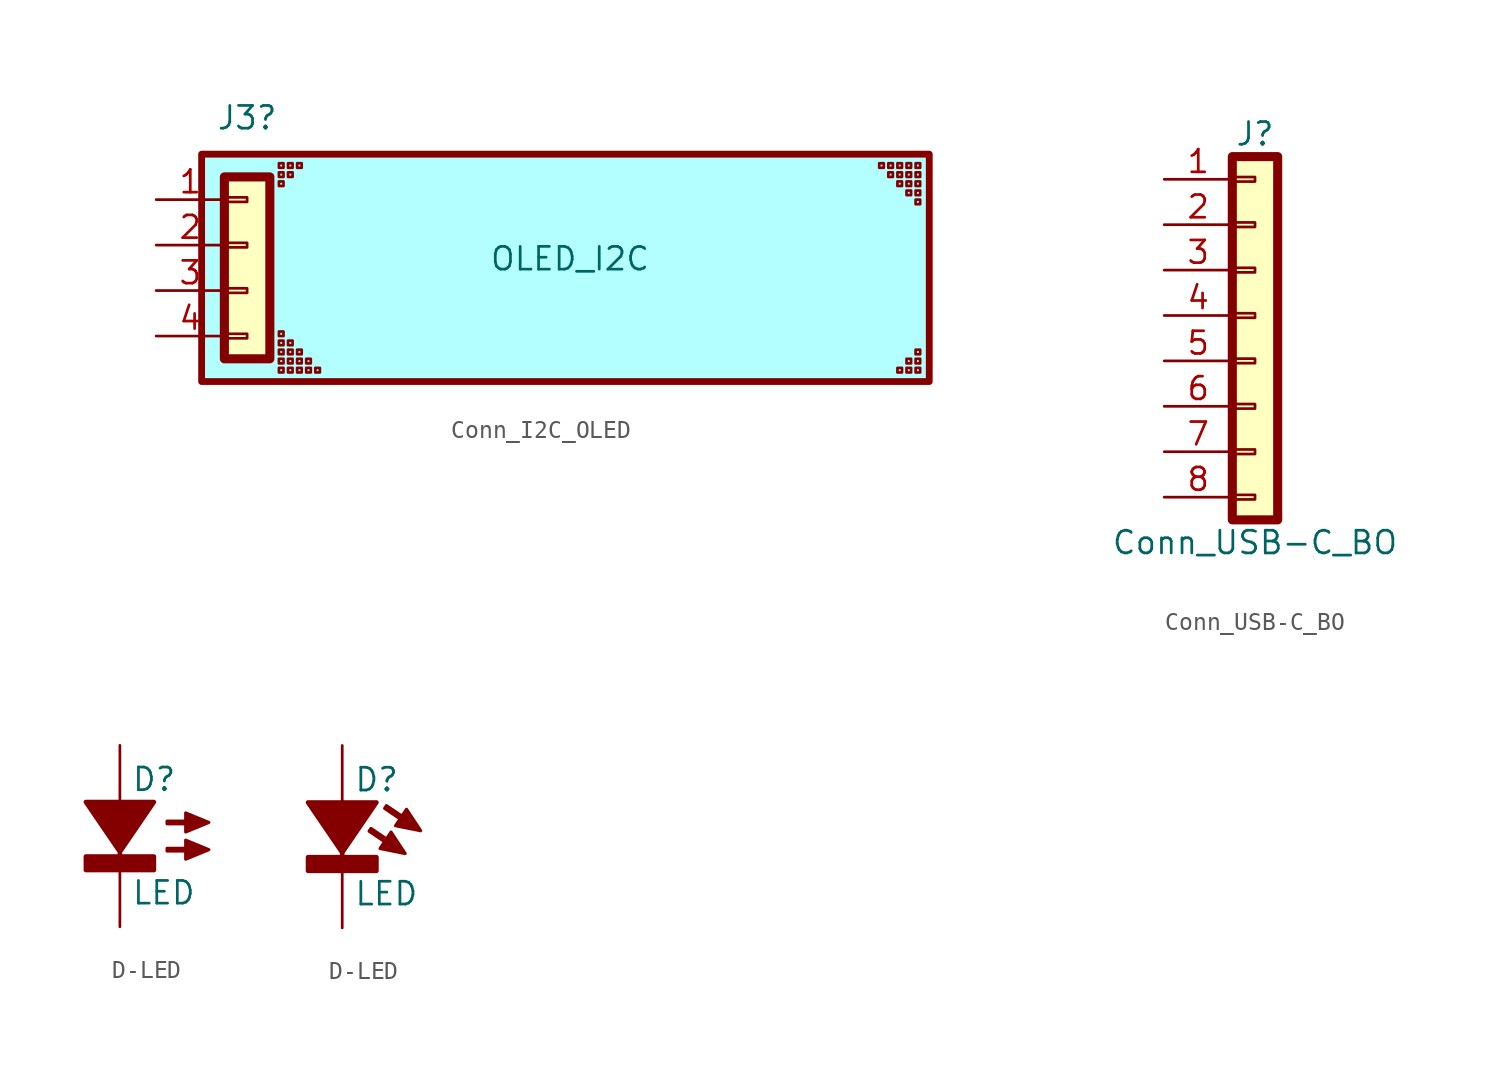
<source format=kicad_sym>
(kicad_symbol_lib
  (version 20241209)
  (generator "kicad_symbol_editor")
  (generator_version "9.0")
  (symbol "Conn_I2C_OLED"
    (pin_names
      (offset 1.016)
      (hide yes))
    (property "Reference" "J3"
      (at 0 7.112 0)
      (effects (font (size 1.27 1.27))))
    (property "Value" "OLED_I2C"
      (at 18.034 -0.762 0)
      (effects (font (size 1.27 1.27))))
    (symbol "Conn_I2C_OLED_1_1"
      (rectangle (start -2.54 5.08) (end 38.1 -7.62) (stroke (width 0.381) (type solid)) (fill (type color) (color 0 255 254 0.3)))
      (rectangle (start -1.27 3.81) (end 1.27 -6.35) (stroke (width 0.508) (type solid)) (fill (type background)))
      (rectangle (start -1.27 2.667) (end 0 2.413) (stroke (width 0.152) (type default)) (fill (type none)))
      (rectangle (start -1.27 0.127) (end 0 -0.127) (stroke (width 0.152) (type default)) (fill (type none)))
      (rectangle (start -1.27 -2.413) (end 0 -2.667) (stroke (width 0.152) (type default)) (fill (type none)))
      (rectangle (start -1.27 -4.953) (end 0 -5.207) (stroke (width 0.152) (type default)) (fill (type none)))
      (rectangle (start 1.778 4.572) (end 2.032 4.318) (stroke (width 0) (type default)) (fill (type none)))
      (rectangle (start 1.778 4.064) (end 2.032 3.81) (stroke (width 0) (type default)) (fill (type none)))
      (rectangle (start 1.778 3.556) (end 2.032 3.302) (stroke (width 0) (type default)) (fill (type none)))
      (rectangle (start 1.778 -5.08) (end 2.032 -4.826) (stroke (width 0) (type default)) (fill (type none)))
      (rectangle (start 1.778 -5.334) (end 2.032 -5.588) (stroke (width 0) (type default)) (fill (type none)))
      (rectangle (start 1.778 -5.842) (end 2.032 -6.096) (stroke (width 0) (type default)) (fill (type none)))
      (rectangle (start 1.778 -6.604) (end 2.032 -6.35) (stroke (width 0) (type default)) (fill (type none)))
      (rectangle (start 1.778 -6.858) (end 2.032 -7.112) (stroke (width 0) (type default)) (fill (type none)))
      (rectangle (start 2.286 4.572) (end 2.54 4.318) (stroke (width 0) (type default)) (fill (type none)))
      (rectangle (start 2.286 4.064) (end 2.54 3.81) (stroke (width 0) (type default)) (fill (type none)))
      (rectangle (start 2.286 -5.334) (end 2.54 -5.588) (stroke (width 0) (type default)) (fill (type none)))
      (rectangle (start 2.286 -5.842) (end 2.54 -6.096) (stroke (width 0) (type default)) (fill (type none)))
      (rectangle (start 2.286 -6.35) (end 2.54 -6.604) (stroke (width 0) (type default)) (fill (type none)))
      (rectangle (start 2.286 -6.858) (end 2.54 -7.112) (stroke (width 0) (type default)) (fill (type none)))
      (rectangle (start 2.794 4.572) (end 3.048 4.318) (stroke (width 0) (type default)) (fill (type none)))
      (rectangle (start 2.794 -5.842) (end 3.048 -6.096) (stroke (width 0) (type default)) (fill (type none)))
      (rectangle (start 2.794 -6.35) (end 3.048 -6.604) (stroke (width 0) (type default)) (fill (type none)))
      (rectangle (start 2.794 -7.112) (end 3.048 -6.858) (stroke (width 0) (type default)) (fill (type none)))
      (rectangle (start 3.302 -6.35) (end 3.556 -6.604) (stroke (width 0) (type default)) (fill (type none)))
      (rectangle (start 3.302 -6.858) (end 3.556 -7.112) (stroke (width 0) (type default)) (fill (type none)))
      (rectangle (start 3.81 -6.858) (end 4.064 -7.112) (stroke (width 0) (type default)) (fill (type none)))
      (rectangle (start 35.56 4.572) (end 35.306 4.318) (stroke (width 0) (type default)) (fill (type none)))
      (rectangle (start 35.814 4.572) (end 36.068 4.318) (stroke (width 0) (type default)) (fill (type none)))
      (rectangle (start 36.068 4.064) (end 35.814 3.81) (stroke (width 0) (type default)) (fill (type none)))
      (rectangle (start 36.322 4.572) (end 36.576 4.318) (stroke (width 0) (type default)) (fill (type none)))
      (rectangle (start 36.322 4.064) (end 36.576 3.81) (stroke (width 0) (type default)) (fill (type none)))
      (rectangle (start 36.576 3.556) (end 36.322 3.302) (stroke (width 0) (type default)) (fill (type none)))
      (rectangle (start 36.576 -6.858) (end 36.322 -7.112) (stroke (width 0) (type default)) (fill (type none)))
      (rectangle (start 36.83 3.556) (end 37.084 3.302) (stroke (width 0) (type default)) (fill (type none)))
      (rectangle (start 37.084 4.572) (end 36.83 4.318) (stroke (width 0) (type default)) (fill (type none)))
      (rectangle (start 37.084 4.064) (end 36.83 3.81) (stroke (width 0) (type default)) (fill (type none)))
      (rectangle (start 37.084 3.048) (end 36.83 2.794) (stroke (width 0) (type default)) (fill (type none)))
      (rectangle (start 37.084 -6.35) (end 36.83 -6.604) (stroke (width 0) (type default)) (fill (type none)))
      (rectangle (start 37.084 -6.858) (end 36.83 -7.112) (stroke (width 0) (type default)) (fill (type none)))
      (rectangle (start 37.338 4.572) (end 37.592 4.318) (stroke (width 0) (type default)) (fill (type none)))
      (rectangle (start 37.338 3.556) (end 37.592 3.302) (stroke (width 0) (type default)) (fill (type none)))
      (rectangle (start 37.338 3.048) (end 37.592 2.794) (stroke (width 0) (type default)) (fill (type none)))
      (rectangle (start 37.592 4.064) (end 37.338 3.81) (stroke (width 0) (type default)) (fill (type none)))
      (rectangle (start 37.592 2.54) (end 37.338 2.286) (stroke (width 0) (type default)) (fill (type none)))
      (rectangle (start 37.592 -6.096) (end 37.338 -5.842) (stroke (width 0) (type default)) (fill (type none)))
      (rectangle (start 37.592 -6.35) (end 37.338 -6.604) (stroke (width 0) (type default)) (fill (type none)))
      (rectangle (start 37.592 -7.112) (end 37.338 -6.858) (stroke (width 0) (type default)) (fill (type none)))
      (pin passive line (at -5.08 2.54 0) (length 3.81) (name "Pin_1" (effects (font (size 1.27 1.27)))) (number "1" (effects (font (size 1.27 1.27)))))
      (pin passive line (at -5.08 0 0) (length 3.81) (name "Pin_2" (effects (font (size 1.27 1.27)))) (number "2" (effects (font (size 1.27 1.27)))))
      (pin passive line (at -5.08 -2.54 0) (length 3.81) (name "Pin_3" (effects (font (size 1.27 1.27)))) (number "3" (effects (font (size 1.27 1.27)))))
      (pin passive line (at -5.08 -5.08 0) (length 3.81) (name "Pin_4" (effects (font (size 1.27 1.27)))) (number "4" (effects (font (size 1.27 1.27)))))))
  (symbol "Conn_USB-C_BO"
    (pin_names
      (offset 1.016)
      (hide yes))
    (property "Reference" "J"
      (at 0 10.16 0)
      (effects (font (size 1.27 1.27))))
    (property "Value" "Conn_USB-C_BO"
      (at 0 -12.7 0)
      (effects (font (size 1.27 1.27))))
    (symbol "Conn_USB-C_BO_1_1"
      (rectangle (start -1.27 8.89) (end 1.27 -11.43) (stroke (width 0.508) (type solid)) (fill (type background)))
      (rectangle (start -1.27 7.747) (end 0 7.493) (stroke (width 0.152) (type default)) (fill (type none)))
      (rectangle (start -1.27 5.207) (end 0 4.953) (stroke (width 0.152) (type default)) (fill (type none)))
      (rectangle (start -1.27 2.667) (end 0 2.413) (stroke (width 0.152) (type default)) (fill (type none)))
      (rectangle (start -1.27 0.127) (end 0 -0.127) (stroke (width 0.152) (type default)) (fill (type none)))
      (rectangle (start -1.27 -2.413) (end 0 -2.667) (stroke (width 0.152) (type default)) (fill (type none)))
      (rectangle (start -1.27 -4.953) (end 0 -5.207) (stroke (width 0.152) (type default)) (fill (type none)))
      (rectangle (start -1.27 -7.493) (end 0 -7.747) (stroke (width 0.152) (type default)) (fill (type none)))
      (rectangle (start -1.27 -10.033) (end 0 -10.287) (stroke (width 0.152) (type default)) (fill (type none)))
      (pin passive line (at -5.08 7.62 0) (length 3.81) (name "Pin_1" (effects (font (size 1.27 1.27)))) (number "1" (effects (font (size 1.27 1.27)))))
      (pin passive line (at -5.08 5.08 0) (length 3.81) (name "Pin_2" (effects (font (size 1.27 1.27)))) (number "2" (effects (font (size 1.27 1.27)))))
      (pin passive line (at -5.08 2.54 0) (length 3.81) (name "Pin_3" (effects (font (size 1.27 1.27)))) (number "3" (effects (font (size 1.27 1.27)))))
      (pin passive line (at -5.08 0 0) (length 3.81) (name "Pin_4" (effects (font (size 1.27 1.27)))) (number "4" (effects (font (size 1.27 1.27)))))
      (pin passive line (at -5.08 -2.54 0) (length 3.81) (name "Pin_5" (effects (font (size 1.27 1.27)))) (number "5" (effects (font (size 1.27 1.27)))))
      (pin passive line (at -5.08 -5.08 0) (length 3.81) (name "Pin_6" (effects (font (size 1.27 1.27)))) (number "6" (effects (font (size 1.27 1.27)))))
      (pin passive line (at -5.08 -7.62 0) (length 3.81) (name "Pin_7" (effects (font (size 1.27 1.27)))) (number "7" (effects (font (size 1.27 1.27)))))
      (pin passive line (at -5.08 -10.16 0) (length 3.81) (name "Pin_8" (effects (font (size 1.27 1.27)))) (number "8" (effects (font (size 1.27 1.27)))))))
  (symbol "D-LED"
    (pin_numbers
      (hide yes))
    (pin_names
      (offset 0)
      (hide yes))
    (property "Reference" "D"
      (at 0.635 3.175 0)
      (effects (font (size 1.27 1.27)) (justify left)))
    (property "Value" "LED"
      (at 0.635 -3.175 0)
      (effects (font (size 1.27 1.27)) (justify left)))
    (symbol "D-LED_1_0"
      (polyline (pts (xy -1.905 -1.905) (xy 1.905 -1.905) (xy 1.905 -1.143) (xy 0 -1.143) (xy 0 -0.889) (xy 1.905 1.905) (xy -1.905 1.905) (xy 0 -0.889) (xy 0 -1.143) (xy -1.905 -1.143) (xy -1.905 -1.905)) (stroke (width 0.254) (type default)) (fill (type outline)))
      (pin passive line (at 0 5.08 270) (length 3.175) (name "A+" (effects (font (size 1.27 1.27)))) (number "2" (effects (font (size 1.27 1.27)))))
      (pin passive line (at 0 -5.08 90) (length 3.175) (name "K-" (effects (font (size 1.27 1.27)))) (number "1" (effects (font (size 1.27 1.27))))))
    (symbol "D-LED_1_1"
      (polyline (pts (xy 4.978 0.762) (xy 3.683 1.295) (xy 3.683 0.838) (xy 2.642 0.838) (xy 2.642 0.686) (xy 3.683 0.686) (xy 3.683 0.229) (xy 4.978 0.762)) (stroke (width 0.178) (type default)) (fill (type outline)))
      (polyline (pts (xy 4.978 -0.762) (xy 3.683 -0.229) (xy 3.683 -0.686) (xy 2.642 -0.686) (xy 2.642 -0.838) (xy 3.683 -0.838) (xy 3.683 -1.295) (xy 4.978 -0.762)) (stroke (width 0.178) (type default)) (fill (type outline))))
    (symbol "D-LED_1_2"
      (polyline (pts (xy 3.505 -0.94) (xy 2.718 0.254) (xy 2.464 -0.127) (xy 1.6 0.457) (xy 1.499 0.305) (xy 2.362 -0.279) (xy 2.108 -0.66) (xy 3.505 -0.94)) (stroke (width 0.178) (type default)) (fill (type outline)))
      (polyline (pts (xy 4.369 0.33) (xy 3.581 1.524) (xy 3.327 1.143) (xy 2.464 1.727) (xy 2.362 1.575) (xy 3.226 0.991) (xy 2.972 0.61) (xy 4.369 0.33)) (stroke (width 0.178) (type default)) (fill (type outline))))
    (symbol "D-LED_1_3"
      (polyline (pts (xy 3.353 1.422) (xy 2.032 0.889) (xy 2.362 0.559) (xy 1.626 -0.178) (xy 1.753 -0.305) (xy 2.489 0.432) (xy 2.819 0.102) (xy 3.353 1.422)) (stroke (width 0.178) (type default)) (fill (type outline)))
      (polyline (pts (xy 4.47 0.305) (xy 3.15 -0.229) (xy 3.48 -0.559) (xy 2.743 -1.295) (xy 2.87 -1.422) (xy 3.607 -0.686) (xy 3.937 -1.016) (xy 4.47 0.305)) (stroke (width 0.178) (type default)) (fill (type outline))))
    (symbol "D-LED_1_4"
      (polyline (pts (xy 4.623 0.762) (xy 3.327 1.295) (xy 3.327 0.838) (xy 2.286 0.838) (xy 2.286 0.686) (xy 3.327 0.686) (xy 3.327 0.229) (xy 4.623 0.762)) (stroke (width 0.178) (type default)) (fill (type outline)))
      (polyline (pts (xy 4.623 -0.762) (xy 3.327 -0.229) (xy 3.327 -0.686) (xy 2.286 -0.686) (xy 2.286 -0.838) (xy 3.327 -0.838) (xy 3.327 -1.295) (xy 4.623 -0.762)) (stroke (width 0.178) (type default)) (fill (type outline))))))
</source>
